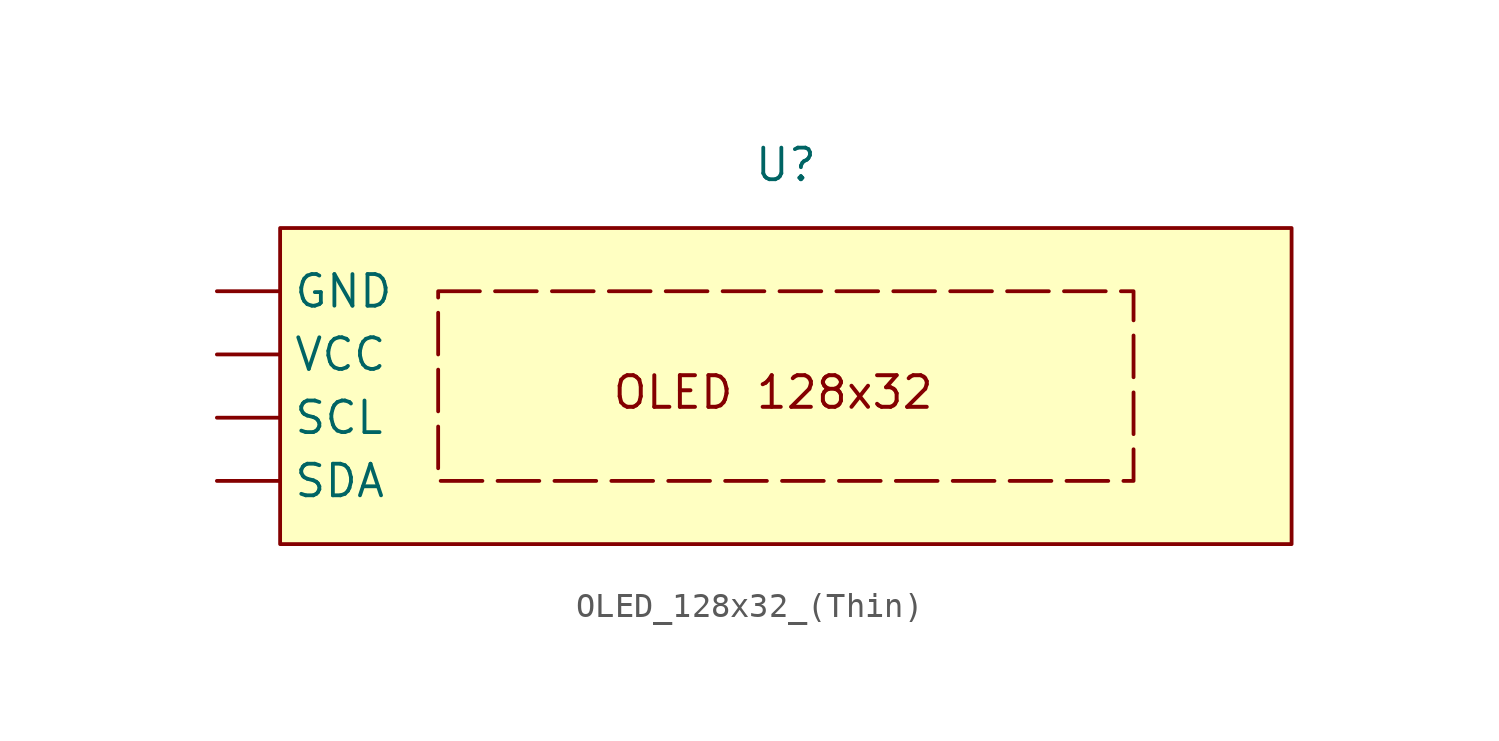
<source format=kicad_sym>
(kicad_symbol_lib
  (version 20241209)
  (generator "kicad_symbol_editor")
  (generator_version "9.0")
  (symbol "OLED_128x32_(Thin)"
    (property "Reference" "U"
      (at 0 0 0)
      (effects (font (size 1.27 1.27))))
    (property "Value" ""
      (at 0 0 0)
      (effects (font (size 1.27 1.27))))
    (symbol "OLED_128x32_(Thin)_0_1"
      (rectangle (start -13.97 -5.08) (end 13.97 -12.7) (stroke (width 0) (type dash)) (fill (type none))))
    (symbol "OLED_128x32_(Thin)_1_1"
      (rectangle (start -20.32 -2.54) (end 20.32 -15.24) (stroke (width 0) (type solid)) (fill (type color) (color 255 255 194 1)))
      (text "OLED 128x32" (at -0.508 -9.144 0) (effects (font (size 1.27 1.27) (thickness 0.159))))
      (pin input line (at -22.86 -5.08 0) (length 2.54) (name "GND" (effects (font (size 1.27 1.27)))) (number "" (effects (font (size 1.27 1.27)))))
      (pin input line (at -22.86 -7.62 0) (length 2.54) (name "VCC" (effects (font (size 1.27 1.27)))) (number "" (effects (font (size 1.27 1.27)))))
      (pin input line (at -22.86 -10.16 0) (length 2.54) (name "SCL" (effects (font (size 1.27 1.27)))) (number "" (effects (font (size 1.27 1.27)))))
      (pin input line (at -22.86 -12.7 0) (length 2.54) (name "SDA" (effects (font (size 1.27 1.27)))) (number "" (effects (font (size 1.27 1.27))))))))
</source>
